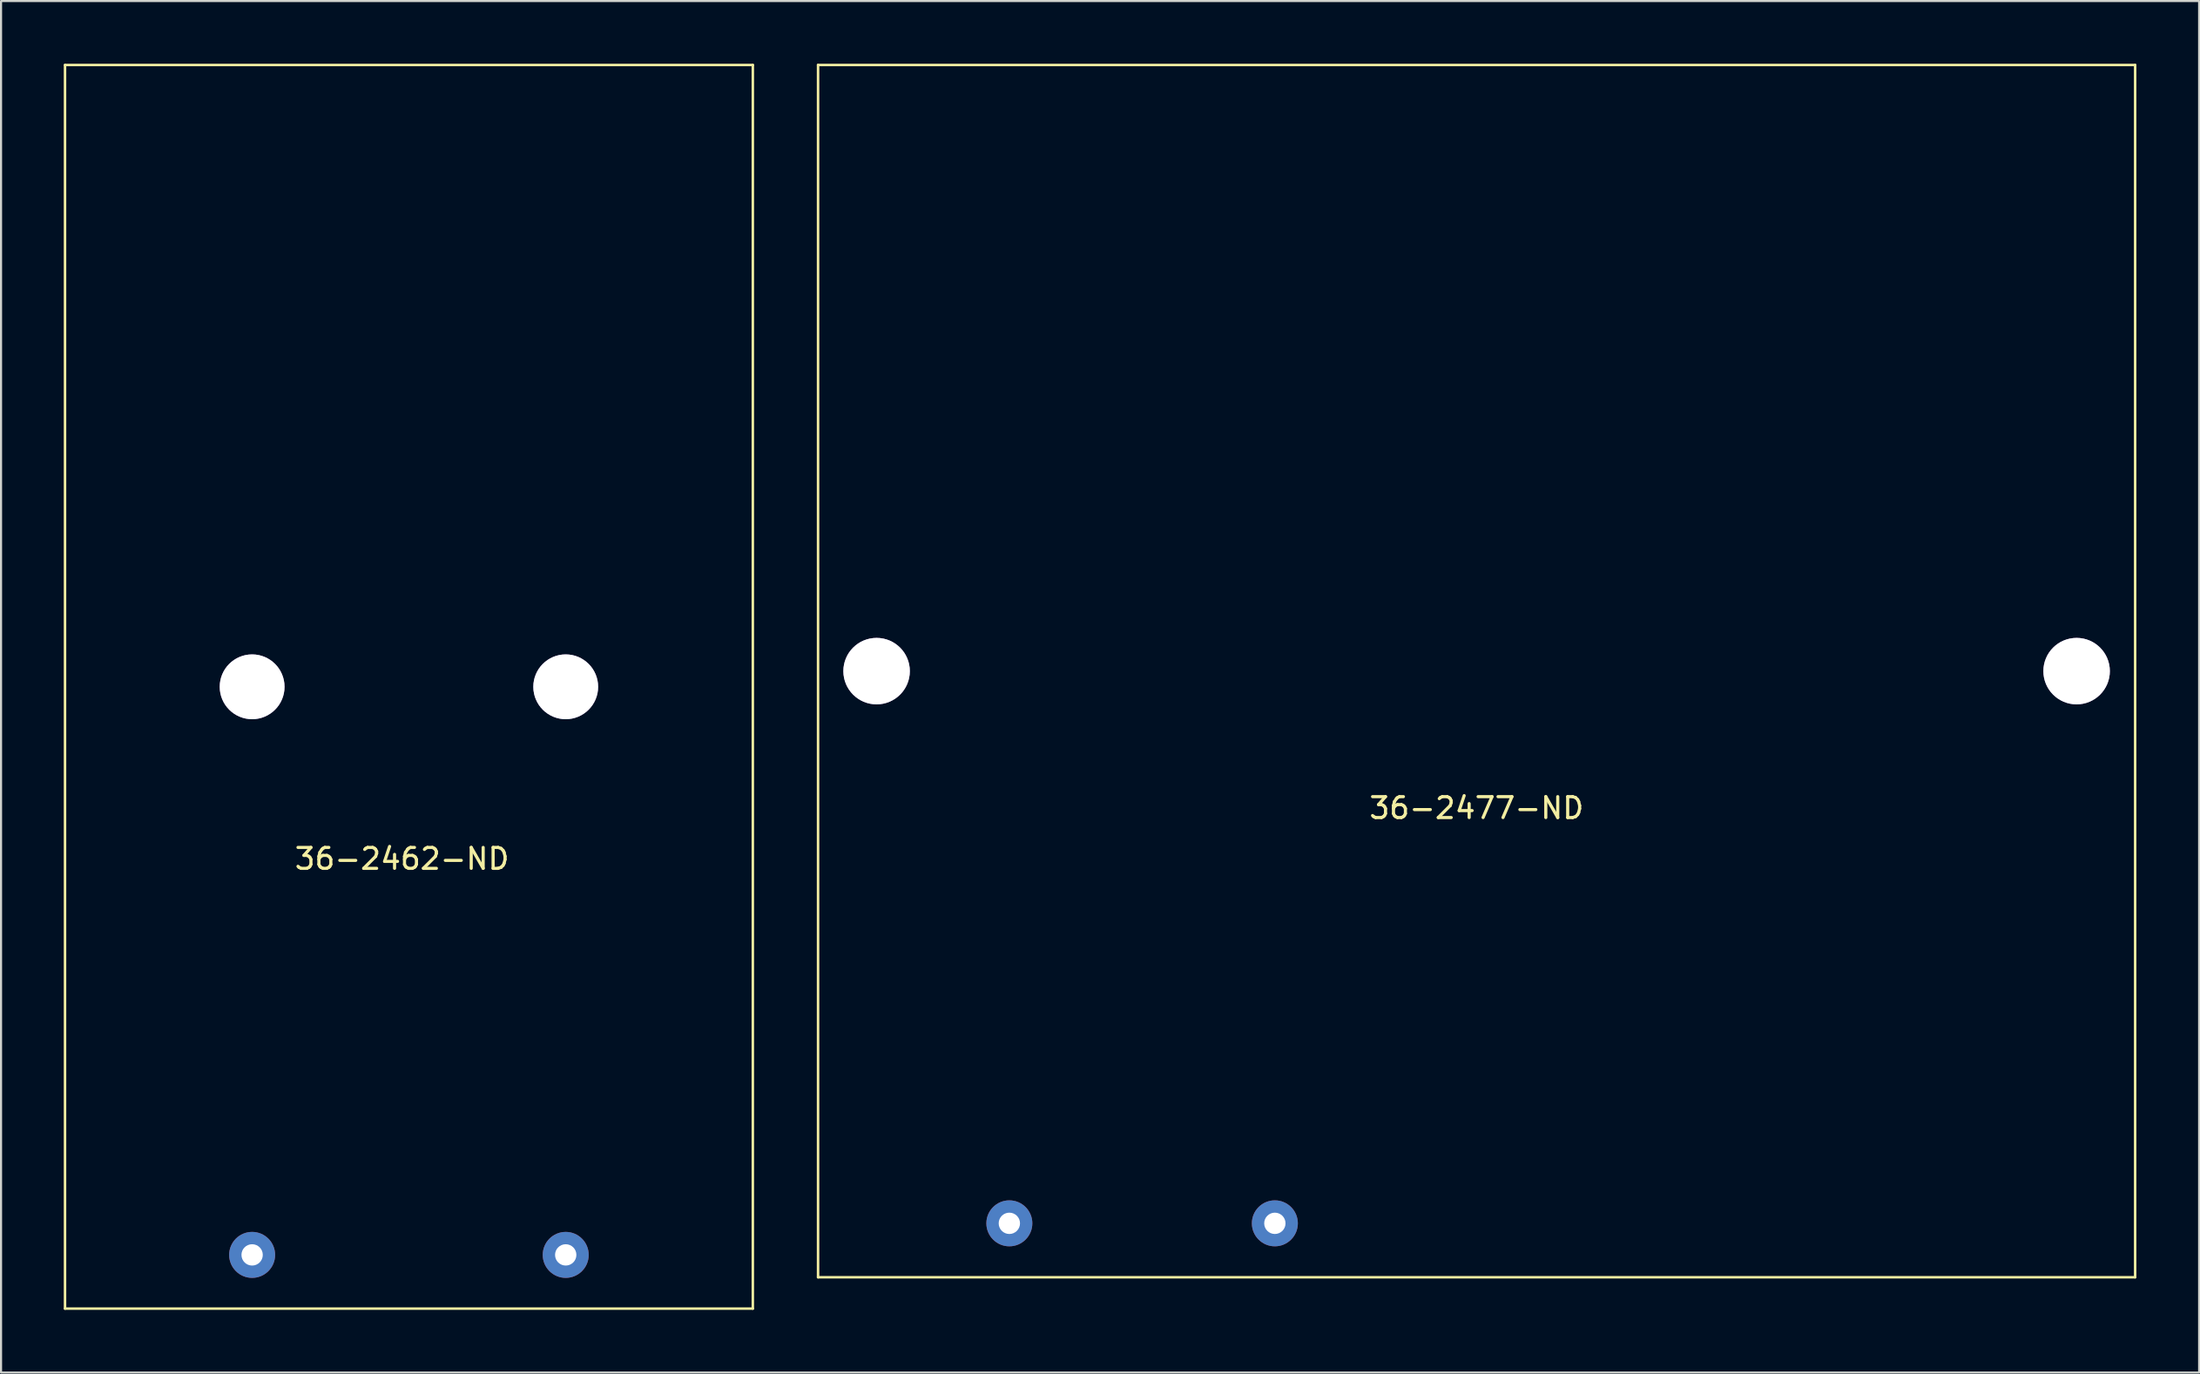
<source format=kicad_pcb>
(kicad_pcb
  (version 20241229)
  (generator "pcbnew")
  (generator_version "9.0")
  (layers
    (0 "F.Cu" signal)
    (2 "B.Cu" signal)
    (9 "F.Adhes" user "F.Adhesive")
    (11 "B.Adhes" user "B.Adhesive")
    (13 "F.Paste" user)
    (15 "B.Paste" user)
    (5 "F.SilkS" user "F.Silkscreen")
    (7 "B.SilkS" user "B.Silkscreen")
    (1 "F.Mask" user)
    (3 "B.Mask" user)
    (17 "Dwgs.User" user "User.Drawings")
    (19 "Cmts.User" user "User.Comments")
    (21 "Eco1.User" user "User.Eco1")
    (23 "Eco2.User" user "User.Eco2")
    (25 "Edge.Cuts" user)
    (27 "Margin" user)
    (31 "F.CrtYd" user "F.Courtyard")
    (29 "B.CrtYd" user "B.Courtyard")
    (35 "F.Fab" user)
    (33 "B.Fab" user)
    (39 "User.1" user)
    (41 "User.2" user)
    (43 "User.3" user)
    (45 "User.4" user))
  (footprint "36-2462-ND"
    (layer "F.Cu")
    (at 16.51 29.81)
    (property "Reference" "36-2462-ND" (at -0.33 8.23 0) (layer "F.SilkS") (effects (font (size 1 1) (thickness 0.15))))
    (attr through_hole)
    (fp_line (start -16.45 -29.75) (end -16.45 29.75) (stroke (width 0.12) (type solid)) (layer "F.SilkS"))
    (fp_line (start -16.45 29.75) (end 16.45 29.75) (stroke (width 0.12) (type solid)) (layer "F.SilkS"))
    (fp_line (start 16.45 -29.75) (end -16.45 -29.75) (stroke (width 0.12) (type solid)) (layer "F.SilkS"))
    (fp_line (start 16.45 29.75) (end 16.45 -29.75) (stroke (width 0.12) (type solid)) (layer "F.SilkS"))
    (pad "+" thru_hole circle (at -7.5 27.18) (size 2.2 2.2) (drill 1.02) (layers "*.Cu" "*.Mask"))
    (pad "-" thru_hole circle (at 7.5 27.18) (size 2.2 2.2) (drill 1.02) (layers "*.Cu" "*.Mask"))
    (pad "1" thru_hole circle (at -7.5 0) (size 3.1 3.1) (drill 3.1) (layers "*.Cu" "*.Mask"))
    (pad "2" thru_hole circle (at 7.5 0) (size 3.1 3.1) (drill 3.1) (layers "*.Cu" "*.Mask")))
  (footprint "36-2477-ND"
    (layer "F.Cu")
    (at 67.58 29.06)
    (property "Reference" "36-2477-ND" (at 0 6.55 0) (layer "F.SilkS") (effects (font (size 1 1) (thickness 0.15))))
    (attr through_hole)
    (fp_line (start -31.5 -29) (end 31.5 -29) (stroke (width 0.12) (type solid)) (layer "F.SilkS"))
    (fp_line (start -31.5 29) (end -31.5 -29) (stroke (width 0.12) (type solid)) (layer "F.SilkS"))
    (fp_line (start 31.5 -29) (end 31.5 29) (stroke (width 0.12) (type solid)) (layer "F.SilkS"))
    (fp_line (start 31.5 29) (end -31.5 29) (stroke (width 0.12) (type solid)) (layer "F.SilkS"))
    (pad "+" thru_hole circle (at -22.35 26.42) (size 2.2 2.2) (drill 1.02) (layers "*.Cu" "*.Mask"))
    (pad "-" thru_hole circle (at -9.65 26.42) (size 2.2 2.2) (drill 1.02) (layers "*.Cu" "*.Mask"))
    (pad "1" thru_hole circle (at 28.7 0) (size 3.18 3.18) (drill 3.18) (layers "*.Cu" "*.Mask"))
    (pad "2" thru_hole circle (at -28.7 0) (size 3.18 3.18) (drill 3.18) (layers "*.Cu" "*.Mask")))
  (gr_rect
    (start -3 -3)
    (end 102.14 62.62)
    (stroke (width 0.1) (type default))
    (fill no)
    (layer "Edge.Cuts")))
</source>
